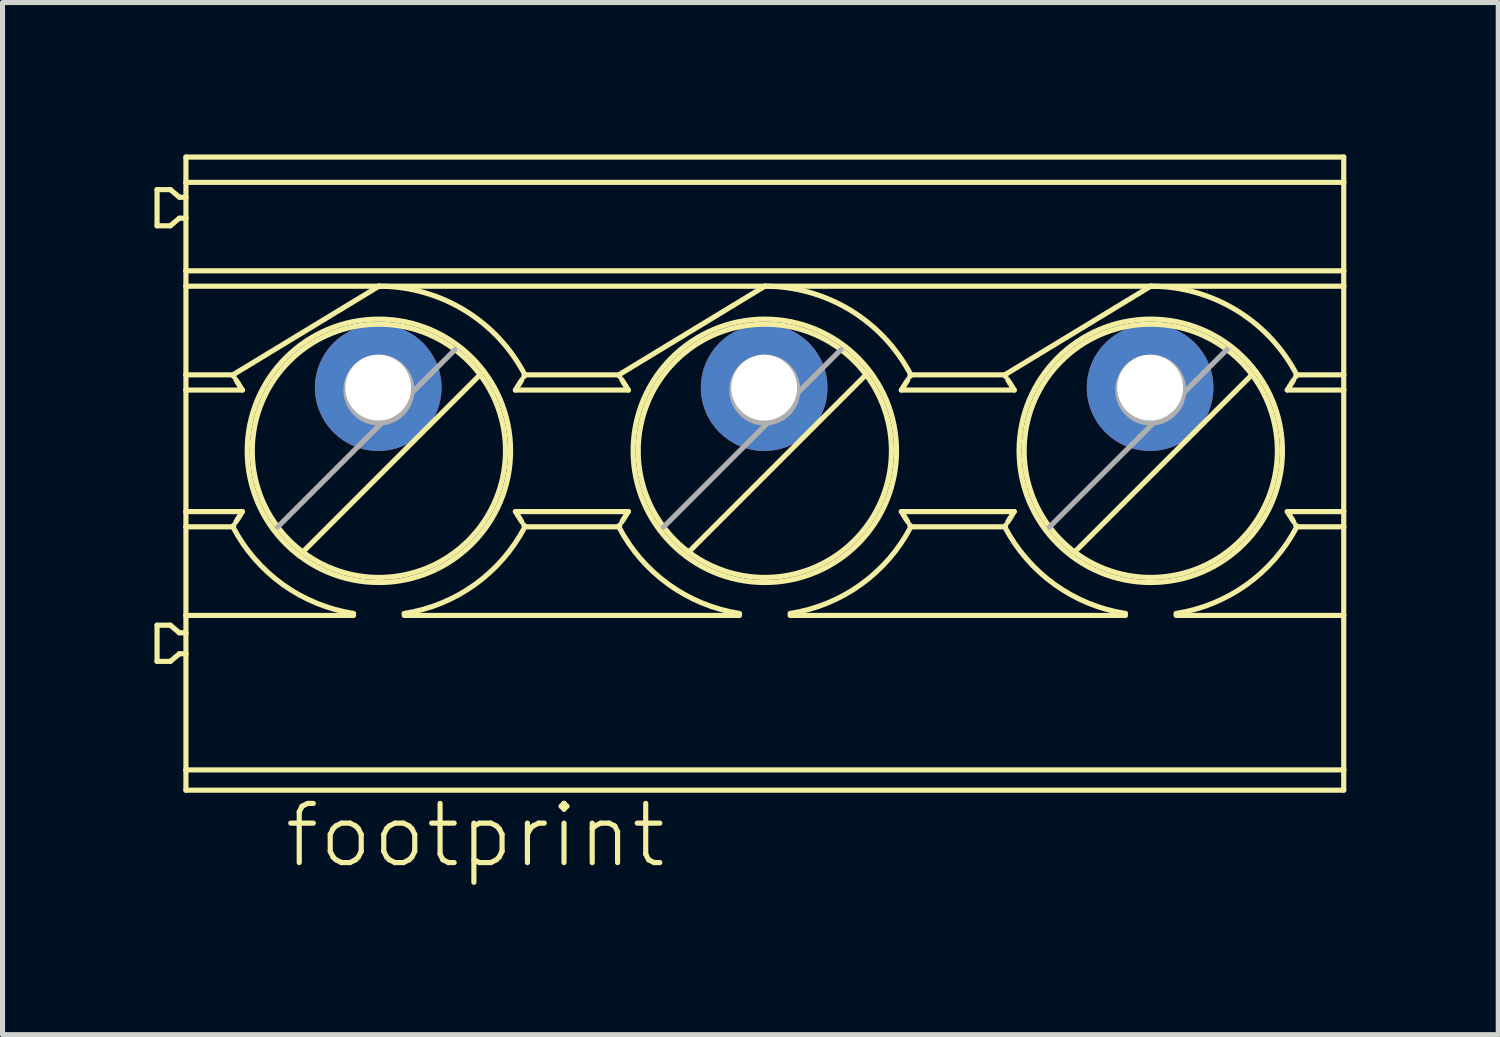
<source format=kicad_pcb>
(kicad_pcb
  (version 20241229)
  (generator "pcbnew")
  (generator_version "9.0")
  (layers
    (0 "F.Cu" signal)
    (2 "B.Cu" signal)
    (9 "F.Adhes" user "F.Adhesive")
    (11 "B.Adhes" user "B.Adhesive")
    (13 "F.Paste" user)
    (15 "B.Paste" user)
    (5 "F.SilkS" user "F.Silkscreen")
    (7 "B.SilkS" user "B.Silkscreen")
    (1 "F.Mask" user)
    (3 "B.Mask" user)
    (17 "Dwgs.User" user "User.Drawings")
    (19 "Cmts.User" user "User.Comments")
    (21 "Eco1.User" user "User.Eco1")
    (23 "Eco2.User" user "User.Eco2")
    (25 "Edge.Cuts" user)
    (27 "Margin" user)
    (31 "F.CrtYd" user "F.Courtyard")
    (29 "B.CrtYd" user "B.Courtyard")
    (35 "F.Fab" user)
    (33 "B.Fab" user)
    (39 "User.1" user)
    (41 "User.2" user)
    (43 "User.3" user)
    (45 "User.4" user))
  (footprint "footprint"
    (layer "F.Cu")
    (at 12.038 4.604)
    (property "Reference" "footprint" (at -9.525 9.525 0) (layer "F.SilkS") (effects (font (size 1.168 1.168) (thickness 0.102)) (justify left bottom)))
    (fp_line (start -11.987 -3.91) (end -11.987 -3.196) (stroke (width 0.102) (type solid)) (layer "F.SilkS"))
    (fp_line (start -11.987 -3.196) (end -11.724 -3.196) (stroke (width 0.102) (type solid)) (layer "F.SilkS"))
    (fp_line (start -11.987 4.69) (end -11.987 5.404) (stroke (width 0.102) (type solid)) (layer "F.SilkS"))
    (fp_line (start -11.987 5.404) (end -11.724 5.404) (stroke (width 0.102) (type solid)) (layer "F.SilkS"))
    (fp_line (start -11.724 -3.91) (end -11.987 -3.91) (stroke (width 0.102) (type solid)) (layer "F.SilkS"))
    (fp_line (start -11.724 -3.196) (end -11.546 -3.346) (stroke (width 0.102) (type solid)) (layer "F.SilkS"))
    (fp_line (start -11.724 4.69) (end -11.987 4.69) (stroke (width 0.102) (type solid)) (layer "F.SilkS"))
    (fp_line (start -11.724 5.404) (end -11.546 5.254) (stroke (width 0.102) (type solid)) (layer "F.SilkS"))
    (fp_line (start -11.546 -3.76) (end -11.724 -3.91) (stroke (width 0.102) (type solid)) (layer "F.SilkS"))
    (fp_line (start -11.546 -3.346) (end -11.417 -3.346) (stroke (width 0.102) (type solid)) (layer "F.SilkS"))
    (fp_line (start -11.546 4.84) (end -11.724 4.69) (stroke (width 0.102) (type solid)) (layer "F.SilkS"))
    (fp_line (start -11.546 5.254) (end -11.417 5.254) (stroke (width 0.102) (type solid)) (layer "F.SilkS"))
    (fp_line (start -11.417 -4.553) (end -11.417 -4.053) (stroke (width 0.102) (type solid)) (layer "F.SilkS"))
    (fp_line (start -11.417 -4.553) (end 11.443 -4.553) (stroke (width 0.102) (type solid)) (layer "F.SilkS"))
    (fp_line (start -11.417 -4.053) (end -11.417 -3.76) (stroke (width 0.102) (type solid)) (layer "F.SilkS"))
    (fp_line (start -11.417 -3.76) (end -11.546 -3.76) (stroke (width 0.102) (type solid)) (layer "F.SilkS"))
    (fp_line (start -11.417 -3.76) (end -11.417 -3.346) (stroke (width 0.102) (type solid)) (layer "F.SilkS"))
    (fp_line (start -11.417 -3.346) (end -11.417 -2.307) (stroke (width 0.102) (type solid)) (layer "F.SilkS"))
    (fp_line (start -11.417 -2.307) (end -11.417 -2.003) (stroke (width 0.102) (type solid)) (layer "F.SilkS"))
    (fp_line (start -11.417 -2.307) (end 11.443 -2.307) (stroke (width 0.102) (type solid)) (layer "F.SilkS"))
    (fp_line (start -11.417 -2.003) (end -11.417 -0.253) (stroke (width 0.102) (type solid)) (layer "F.SilkS"))
    (fp_line (start -11.417 -2.003) (end -7.607 -2.003) (stroke (width 0.102) (type solid)) (layer "F.SilkS"))
    (fp_line (start -11.417 -0.253) (end -11.417 0.047) (stroke (width 0.102) (type solid)) (layer "F.SilkS"))
    (fp_line (start -11.417 -0.253) (end -10.49 -0.253) (stroke (width 0.102) (type solid)) (layer "F.SilkS"))
    (fp_line (start -11.417 0.047) (end -10.302 0.047) (stroke (width 0.102) (type solid)) (layer "F.SilkS"))
    (fp_line (start -11.417 2.447) (end -11.417 0.047) (stroke (width 0.102) (type solid)) (layer "F.SilkS"))
    (fp_line (start -11.417 2.747) (end -11.417 2.447) (stroke (width 0.102) (type solid)) (layer "F.SilkS"))
    (fp_line (start -11.417 2.747) (end -11.417 4.497) (stroke (width 0.102) (type solid)) (layer "F.SilkS"))
    (fp_line (start -11.417 4.497) (end -11.417 4.84) (stroke (width 0.102) (type solid)) (layer "F.SilkS"))
    (fp_line (start -11.417 4.84) (end -11.546 4.84) (stroke (width 0.102) (type solid)) (layer "F.SilkS"))
    (fp_line (start -11.417 4.84) (end -11.417 5.254) (stroke (width 0.102) (type solid)) (layer "F.SilkS"))
    (fp_line (start -11.417 5.254) (end -11.417 7.547) (stroke (width 0.102) (type solid)) (layer "F.SilkS"))
    (fp_line (start -11.417 7.547) (end -11.417 7.947) (stroke (width 0.102) (type solid)) (layer "F.SilkS"))
    (fp_line (start -11.417 7.547) (end 11.443 7.547) (stroke (width 0.102) (type solid)) (layer "F.SilkS"))
    (fp_line (start -11.417 7.947) (end 11.443 7.947) (stroke (width 0.102) (type solid)) (layer "F.SilkS"))
    (fp_line (start -10.49 2.747) (end -11.417 2.747) (stroke (width 0.102) (type solid)) (layer "F.SilkS"))
    (fp_line (start -10.484 2.736) (end -10.476 2.724) (stroke (width 0.102) (type solid)) (layer "F.SilkS"))
    (fp_line (start -10.476 -0.231) (end -10.484 -0.242) (stroke (width 0.102) (type solid)) (layer "F.SilkS"))
    (fp_line (start -10.476 2.724) (end -10.469 2.713) (stroke (width 0.102) (type solid)) (layer "F.SilkS"))
    (fp_line (start -10.469 -0.219) (end -10.476 -0.231) (stroke (width 0.102) (type solid)) (layer "F.SilkS"))
    (fp_line (start -10.43 2.65) (end -10.391 2.587) (stroke (width 0.102) (type solid)) (layer "F.SilkS"))
    (fp_line (start -10.391 -0.093) (end -10.43 -0.156) (stroke (width 0.102) (type solid)) (layer "F.SilkS"))
    (fp_line (start -10.391 2.587) (end -10.352 2.525) (stroke (width 0.102) (type solid)) (layer "F.SilkS"))
    (fp_line (start -10.352 -0.03) (end -10.391 -0.093) (stroke (width 0.102) (type solid)) (layer "F.SilkS"))
    (fp_line (start -10.302 2.447) (end -11.417 2.447) (stroke (width 0.102) (type solid)) (layer "F.SilkS"))
    (fp_line (start -8.107 4.497) (end -11.417 4.497) (stroke (width 0.102) (type solid)) (layer "F.SilkS"))
    (fp_line (start -7.607 -2.003) (end -10.49 -0.253) (stroke (width 0.102) (type solid)) (layer "F.SilkS"))
    (fp_line (start -7.607 -2.003) (end 0.013 -2.003) (stroke (width 0.102) (type solid)) (layer "F.SilkS"))
    (fp_line (start -5.609 -0.256) (end -9.11 3.245) (stroke (width 0.102) (type solid)) (layer "F.SilkS"))
    (fp_line (start -4.912 0.047) (end -2.682 0.047) (stroke (width 0.102) (type solid)) (layer "F.SilkS"))
    (fp_line (start -4.862 2.525) (end -4.823 2.587) (stroke (width 0.102) (type solid)) (layer "F.SilkS"))
    (fp_line (start -4.823 -0.093) (end -4.862 -0.03) (stroke (width 0.102) (type solid)) (layer "F.SilkS"))
    (fp_line (start -4.823 2.587) (end -4.784 2.65) (stroke (width 0.102) (type solid)) (layer "F.SilkS"))
    (fp_line (start -4.784 -0.156) (end -4.823 -0.093) (stroke (width 0.102) (type solid)) (layer "F.SilkS"))
    (fp_line (start -4.745 2.713) (end -4.737 2.724) (stroke (width 0.102) (type solid)) (layer "F.SilkS"))
    (fp_line (start -4.737 -0.231) (end -4.745 -0.219) (stroke (width 0.102) (type solid)) (layer "F.SilkS"))
    (fp_line (start -4.737 2.724) (end -4.73 2.736) (stroke (width 0.102) (type solid)) (layer "F.SilkS"))
    (fp_line (start -4.73 -0.242) (end -4.737 -0.231) (stroke (width 0.102) (type solid)) (layer "F.SilkS"))
    (fp_line (start -4.724 -0.253) (end -2.87 -0.253) (stroke (width 0.102) (type solid)) (layer "F.SilkS"))
    (fp_line (start -2.87 2.747) (end -4.724 2.747) (stroke (width 0.102) (type solid)) (layer "F.SilkS"))
    (fp_line (start -2.864 2.736) (end -2.857 2.724) (stroke (width 0.102) (type solid)) (layer "F.SilkS"))
    (fp_line (start -2.857 -0.231) (end -2.864 -0.242) (stroke (width 0.102) (type solid)) (layer "F.SilkS"))
    (fp_line (start -2.857 2.724) (end -2.849 2.713) (stroke (width 0.102) (type solid)) (layer "F.SilkS"))
    (fp_line (start -2.849 -0.219) (end -2.857 -0.231) (stroke (width 0.102) (type solid)) (layer "F.SilkS"))
    (fp_line (start -2.81 2.65) (end -2.771 2.587) (stroke (width 0.102) (type solid)) (layer "F.SilkS"))
    (fp_line (start -2.771 -0.093) (end -2.81 -0.156) (stroke (width 0.102) (type solid)) (layer "F.SilkS"))
    (fp_line (start -2.771 2.587) (end -2.732 2.525) (stroke (width 0.102) (type solid)) (layer "F.SilkS"))
    (fp_line (start -2.732 -0.03) (end -2.771 -0.093) (stroke (width 0.102) (type solid)) (layer "F.SilkS"))
    (fp_line (start -2.682 2.447) (end -4.912 2.447) (stroke (width 0.102) (type solid)) (layer "F.SilkS"))
    (fp_line (start -0.487 4.497) (end -7.107 4.497) (stroke (width 0.102) (type solid)) (layer "F.SilkS"))
    (fp_line (start 0.013 -2.003) (end -2.87 -0.253) (stroke (width 0.102) (type solid)) (layer "F.SilkS"))
    (fp_line (start 0.013 -2.003) (end 7.633 -2.003) (stroke (width 0.102) (type solid)) (layer "F.SilkS"))
    (fp_line (start 2.011 -0.256) (end -1.49 3.245) (stroke (width 0.102) (type solid)) (layer "F.SilkS"))
    (fp_line (start 2.708 0.047) (end 4.938 0.047) (stroke (width 0.102) (type solid)) (layer "F.SilkS"))
    (fp_line (start 2.758 2.525) (end 2.797 2.587) (stroke (width 0.102) (type solid)) (layer "F.SilkS"))
    (fp_line (start 2.797 -0.093) (end 2.758 -0.03) (stroke (width 0.102) (type solid)) (layer "F.SilkS"))
    (fp_line (start 2.797 2.587) (end 2.836 2.65) (stroke (width 0.102) (type solid)) (layer "F.SilkS"))
    (fp_line (start 2.836 -0.156) (end 2.797 -0.093) (stroke (width 0.102) (type solid)) (layer "F.SilkS"))
    (fp_line (start 2.875 2.713) (end 2.882 2.724) (stroke (width 0.102) (type solid)) (layer "F.SilkS"))
    (fp_line (start 2.882 -0.231) (end 2.875 -0.219) (stroke (width 0.102) (type solid)) (layer "F.SilkS"))
    (fp_line (start 2.882 2.724) (end 2.89 2.736) (stroke (width 0.102) (type solid)) (layer "F.SilkS"))
    (fp_line (start 2.89 -0.242) (end 2.882 -0.231) (stroke (width 0.102) (type solid)) (layer "F.SilkS"))
    (fp_line (start 2.896 -0.253) (end 4.75 -0.253) (stroke (width 0.102) (type solid)) (layer "F.SilkS"))
    (fp_line (start 4.75 2.747) (end 2.896 2.747) (stroke (width 0.102) (type solid)) (layer "F.SilkS"))
    (fp_line (start 4.756 2.736) (end 4.763 2.724) (stroke (width 0.102) (type solid)) (layer "F.SilkS"))
    (fp_line (start 4.763 2.724) (end 4.771 2.713) (stroke (width 0.102) (type solid)) (layer "F.SilkS"))
    (fp_line (start 4.764 -0.231) (end 4.756 -0.242) (stroke (width 0.102) (type solid)) (layer "F.SilkS"))
    (fp_line (start 4.771 -0.219) (end 4.764 -0.231) (stroke (width 0.102) (type solid)) (layer "F.SilkS"))
    (fp_line (start 4.81 2.65) (end 4.849 2.587) (stroke (width 0.102) (type solid)) (layer "F.SilkS"))
    (fp_line (start 4.849 -0.093) (end 4.81 -0.156) (stroke (width 0.102) (type solid)) (layer "F.SilkS"))
    (fp_line (start 4.849 2.587) (end 4.888 2.525) (stroke (width 0.102) (type solid)) (layer "F.SilkS"))
    (fp_line (start 4.888 -0.03) (end 4.849 -0.093) (stroke (width 0.102) (type solid)) (layer "F.SilkS"))
    (fp_line (start 4.938 2.447) (end 2.708 2.447) (stroke (width 0.102) (type solid)) (layer "F.SilkS"))
    (fp_line (start 7.133 4.497) (end 0.513 4.497) (stroke (width 0.102) (type solid)) (layer "F.SilkS"))
    (fp_line (start 7.633 -2.003) (end 4.75 -0.253) (stroke (width 0.102) (type solid)) (layer "F.SilkS"))
    (fp_line (start 7.633 -2.003) (end 11.443 -2.003) (stroke (width 0.102) (type solid)) (layer "F.SilkS"))
    (fp_line (start 9.631 -0.256) (end 6.13 3.245) (stroke (width 0.102) (type solid)) (layer "F.SilkS"))
    (fp_line (start 10.328 0.047) (end 11.443 0.047) (stroke (width 0.102) (type solid)) (layer "F.SilkS"))
    (fp_line (start 10.378 2.525) (end 10.417 2.587) (stroke (width 0.102) (type solid)) (layer "F.SilkS"))
    (fp_line (start 10.417 -0.093) (end 10.378 -0.03) (stroke (width 0.102) (type solid)) (layer "F.SilkS"))
    (fp_line (start 10.417 2.587) (end 10.456 2.65) (stroke (width 0.102) (type solid)) (layer "F.SilkS"))
    (fp_line (start 10.456 -0.156) (end 10.417 -0.093) (stroke (width 0.102) (type solid)) (layer "F.SilkS"))
    (fp_line (start 10.495 2.713) (end 10.502 2.724) (stroke (width 0.102) (type solid)) (layer "F.SilkS"))
    (fp_line (start 10.502 -0.231) (end 10.495 -0.219) (stroke (width 0.102) (type solid)) (layer "F.SilkS"))
    (fp_line (start 10.502 2.724) (end 10.51 2.736) (stroke (width 0.102) (type solid)) (layer "F.SilkS"))
    (fp_line (start 10.51 -0.242) (end 10.502 -0.231) (stroke (width 0.102) (type solid)) (layer "F.SilkS"))
    (fp_line (start 10.516 -0.253) (end 11.443 -0.253) (stroke (width 0.102) (type solid)) (layer "F.SilkS"))
    (fp_line (start 11.443 -4.553) (end 11.443 -4.053) (stroke (width 0.102) (type solid)) (layer "F.SilkS"))
    (fp_line (start 11.443 -4.053) (end -11.417 -4.053) (stroke (width 0.102) (type solid)) (layer "F.SilkS"))
    (fp_line (start 11.443 -4.053) (end 11.443 -2.307) (stroke (width 0.102) (type solid)) (layer "F.SilkS"))
    (fp_line (start 11.443 -2.307) (end 11.443 -2.003) (stroke (width 0.102) (type solid)) (layer "F.SilkS"))
    (fp_line (start 11.443 -2.003) (end 11.443 -0.253) (stroke (width 0.102) (type solid)) (layer "F.SilkS"))
    (fp_line (start 11.443 -0.253) (end 11.443 0.047) (stroke (width 0.102) (type solid)) (layer "F.SilkS"))
    (fp_line (start 11.443 2.447) (end 10.328 2.447) (stroke (width 0.102) (type solid)) (layer "F.SilkS"))
    (fp_line (start 11.443 2.447) (end 11.443 0.047) (stroke (width 0.102) (type solid)) (layer "F.SilkS"))
    (fp_line (start 11.443 2.747) (end 10.516 2.747) (stroke (width 0.102) (type solid)) (layer "F.SilkS"))
    (fp_line (start 11.443 2.747) (end 11.443 2.447) (stroke (width 0.102) (type solid)) (layer "F.SilkS"))
    (fp_line (start 11.443 2.747) (end 11.443 4.497) (stroke (width 0.102) (type solid)) (layer "F.SilkS"))
    (fp_line (start 11.443 4.497) (end 8.133 4.497) (stroke (width 0.102) (type solid)) (layer "F.SilkS"))
    (fp_line (start 11.443 4.497) (end 11.443 7.547) (stroke (width 0.102) (type solid)) (layer "F.SilkS"))
    (fp_line (start 11.443 7.547) (end 11.443 7.947) (stroke (width 0.102) (type solid)) (layer "F.SilkS"))
    (fp_arc (start -10.3517 2.5245) (mid -10.326881 2.485698) (end -10.3019 2.447) (stroke (width 0.1016) (type solid)) (layer "F.SilkS"))
    (fp_arc (start -10.3019 0.047) (mid -10.326881 0.008302) (end -10.3517 -0.0305) (stroke (width 0.1016) (type solid)) (layer "F.SilkS"))
    (fp_arc (start -9.6048 2.749898) (mid -9.374754 -0.520756) (end -6.1041 -0.7508) (stroke (width 0.1016) (type solid)) (layer "F.SilkS"))
    (fp_arc (start -9.1099 3.2448) (mid -9.374758 3.014758) (end -9.6048 2.7499) (stroke (width 0.1016) (type solid)) (layer "F.SilkS"))
    (fp_arc (start -8.1054 4.458501) (mid -9.501997 3.887336) (end -10.4901 2.747) (stroke (width 0.1016) (type solid)) (layer "F.SilkS"))
    (fp_arc (start -7.607 -2.002999) (mid -5.920681 -1.531253) (end -4.7239 -0.253) (stroke (width 0.1016) (type solid)) (layer "F.SilkS"))
    (fp_arc (start -6.1041 -0.7508) (mid -5.839253 -0.520747) (end -5.6092 -0.2559) (stroke (width 0.1016) (type solid)) (layer "F.SilkS"))
    (fp_arc (start -5.609198 -0.2559) (mid -5.839244 3.014756) (end -9.1099 3.2448) (stroke (width 0.1016) (type solid)) (layer "F.SilkS"))
    (fp_arc (start -4.9121 2.447) (mid -4.887069 2.485698) (end -4.8622 2.5245) (stroke (width 0.1016) (type solid)) (layer "F.SilkS"))
    (fp_arc (start -4.8622 -0.0305) (mid -4.88707 0.008302) (end -4.9121 0.047) (stroke (width 0.1016) (type solid)) (layer "F.SilkS"))
    (fp_arc (start -4.7239 2.747001) (mid -5.711969 3.887302) (end -7.1085 4.4585) (stroke (width 0.1016) (type solid)) (layer "F.SilkS"))
    (fp_arc (start -2.7317 2.5245) (mid -2.70688 2.485698) (end -2.6819 2.447) (stroke (width 0.1016) (type solid)) (layer "F.SilkS"))
    (fp_arc (start -2.6819 0.047) (mid -2.706881 0.008302) (end -2.7317 -0.0305) (stroke (width 0.1016) (type solid)) (layer "F.SilkS"))
    (fp_arc (start -1.984802 2.749898) (mid -1.754755 -0.520757) (end 1.5159 -0.7508) (stroke (width 0.1016) (type solid)) (layer "F.SilkS"))
    (fp_arc (start -1.4899 3.2448) (mid -1.754758 3.014758) (end -1.9848 2.7499) (stroke (width 0.1016) (type solid)) (layer "F.SilkS"))
    (fp_arc (start -0.4854 4.4585) (mid -1.881997 3.887335) (end -2.8701 2.747) (stroke (width 0.1016) (type solid)) (layer "F.SilkS"))
    (fp_arc (start 0.013 -2.003) (mid 1.699319 -1.531253) (end 2.8961 -0.253) (stroke (width 0.1016) (type solid)) (layer "F.SilkS"))
    (fp_arc (start 1.5159 -0.7508) (mid 1.780751 -0.520751) (end 2.0108 -0.2559) (stroke (width 0.1016) (type solid)) (layer "F.SilkS"))
    (fp_arc (start 2.0108 -0.2559) (mid 1.780755 3.014755) (end -1.4899 3.2448) (stroke (width 0.1016) (type solid)) (layer "F.SilkS"))
    (fp_arc (start 2.7079 2.447) (mid 2.732931 2.485698) (end 2.7578 2.5245) (stroke (width 0.1016) (type solid)) (layer "F.SilkS"))
    (fp_arc (start 2.7578 -0.0305) (mid 2.73293 0.008302) (end 2.7079 0.047) (stroke (width 0.1016) (type solid)) (layer "F.SilkS"))
    (fp_arc (start 2.8961 2.747) (mid 1.908032 3.887302) (end 0.5115 4.4585) (stroke (width 0.1016) (type solid)) (layer "F.SilkS"))
    (fp_arc (start 4.8883 2.5245) (mid 4.91312 2.485698) (end 4.9381 2.447) (stroke (width 0.1016) (type solid)) (layer "F.SilkS"))
    (fp_arc (start 4.9381 0.047) (mid 4.913119 0.008302) (end 4.8883 -0.0305) (stroke (width 0.1016) (type solid)) (layer "F.SilkS"))
    (fp_arc (start 5.6352 2.7499) (mid 5.865331 -0.520669) (end 9.1359 -0.7508) (stroke (width 0.1016) (type solid)) (layer "F.SilkS"))
    (fp_arc (start 6.1301 3.2448) (mid 5.865246 3.014754) (end 5.6352 2.7499) (stroke (width 0.1016) (type solid)) (layer "F.SilkS"))
    (fp_arc (start 7.1346 4.4585) (mid 5.738018 3.887314) (end 4.7499 2.747) (stroke (width 0.1016) (type solid)) (layer "F.SilkS"))
    (fp_arc (start 7.633 -2.003) (mid 9.319319 -1.531253) (end 10.5161 -0.253) (stroke (width 0.1016) (type solid)) (layer "F.SilkS"))
    (fp_arc (start 9.1359 -0.7508) (mid 9.400751 -0.520751) (end 9.6308 -0.2559) (stroke (width 0.1016) (type solid)) (layer "F.SilkS"))
    (fp_arc (start 9.630798 -0.255902) (mid 9.400841 3.014839) (end 6.1301 3.2448) (stroke (width 0.1016) (type solid)) (layer "F.SilkS"))
    (fp_arc (start 10.3279 2.447) (mid 10.352931 2.485698) (end 10.3778 2.5245) (stroke (width 0.1016) (type solid)) (layer "F.SilkS"))
    (fp_arc (start 10.3778 -0.0305) (mid 10.35293 0.008302) (end 10.3279 0.047) (stroke (width 0.1016) (type solid)) (layer "F.SilkS"))
    (fp_arc (start 10.5161 2.747) (mid 9.528032 3.887302) (end 8.1315 4.4585) (stroke (width 0.1016) (type solid)) (layer "F.SilkS"))
    (fp_circle (center -7.607 1.247) (end -5.007 1.247) (stroke (width 0.102) (type solid)) (fill no) (layer "F.SilkS"))
    (fp_circle (center 0.013 1.247) (end 2.613 1.247) (stroke (width 0.102) (type solid)) (fill no) (layer "F.SilkS"))
    (fp_circle (center 7.633 1.247) (end 10.233 1.247) (stroke (width 0.102) (type solid)) (fill no) (layer "F.SilkS"))
    (fp_line (start -7.549 0.694) (end -9.605 2.75) (stroke (width 0.102) (type solid)) (layer "F.Fab"))
    (fp_line (start -6.96 0.105) (end -7.549 0.694) (stroke (width 0.102) (type solid)) (layer "F.Fab"))
    (fp_line (start -6.104 -0.751) (end -6.96 0.105) (stroke (width 0.102) (type solid)) (layer "F.Fab"))
    (fp_line (start 0.071 0.694) (end -1.985 2.75) (stroke (width 0.102) (type solid)) (layer "F.Fab"))
    (fp_line (start 0.66 0.105) (end 0.071 0.694) (stroke (width 0.102) (type solid)) (layer "F.Fab"))
    (fp_line (start 1.516 -0.751) (end 0.66 0.105) (stroke (width 0.102) (type solid)) (layer "F.Fab"))
    (fp_line (start 7.691 0.694) (end 5.635 2.75) (stroke (width 0.102) (type solid)) (layer "F.Fab"))
    (fp_line (start 8.28 0.105) (end 7.691 0.694) (stroke (width 0.102) (type solid)) (layer "F.Fab"))
    (fp_line (start 9.136 -0.751) (end 8.28 0.105) (stroke (width 0.102) (type solid)) (layer "F.Fab"))
    (fp_arc (start -7.549401 0.694399) (mid -8.066588 -0.412591) (end -6.9596 0.1046) (stroke (width 0.1016) (type solid)) (layer "F.Fab"))
    (fp_arc (start -6.959599 0.104599) (mid -7.14741 0.506589) (end -7.5494 0.6944) (stroke (width 0.1016) (type solid)) (layer "F.Fab"))
    (fp_arc (start 0.070598 0.6944) (mid -0.44659 -0.412592) (end 0.6604 0.1046) (stroke (width 0.1016) (type solid)) (layer "F.Fab"))
    (fp_arc (start 0.6604 0.104598) (mid 0.47259 0.506588) (end 0.0706 0.6944) (stroke (width 0.1016) (type solid)) (layer "F.Fab"))
    (fp_arc (start 7.690598 0.6944) (mid 7.17341 -0.412592) (end 8.2804 0.1046) (stroke (width 0.1016) (type solid)) (layer "F.Fab"))
    (fp_arc (start 8.2804 0.104598) (mid 8.09259 0.506588) (end 7.6906 0.6944) (stroke (width 0.1016) (type solid)) (layer "F.Fab"))
    (pad "1" thru_hole circle (at -7.62 0) (size 2.5 2.5) (drill 1.3) (layers "*.Cu" "*.Mask"))
    (pad "2" thru_hole circle (at 0 0) (size 2.5 2.5) (drill 1.3) (layers "*.Cu" "*.Mask"))
    (pad "3" thru_hole circle (at 7.62 0) (size 2.5 2.5) (drill 1.3) (layers "*.Cu" "*.Mask")))
  (gr_rect
    (start -3 -3)
    (end 26.532 17.379)
    (stroke (width 0.1) (type default))
    (fill no)
    (layer "Edge.Cuts")))
</source>
